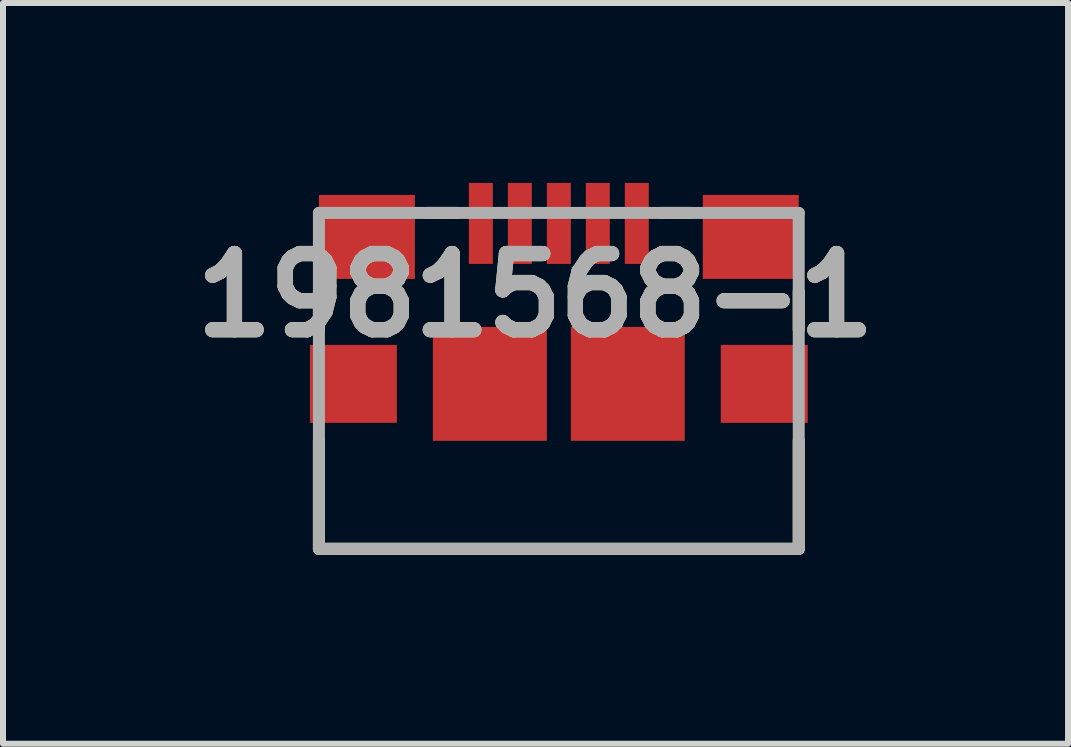
<source format=kicad_pcb>
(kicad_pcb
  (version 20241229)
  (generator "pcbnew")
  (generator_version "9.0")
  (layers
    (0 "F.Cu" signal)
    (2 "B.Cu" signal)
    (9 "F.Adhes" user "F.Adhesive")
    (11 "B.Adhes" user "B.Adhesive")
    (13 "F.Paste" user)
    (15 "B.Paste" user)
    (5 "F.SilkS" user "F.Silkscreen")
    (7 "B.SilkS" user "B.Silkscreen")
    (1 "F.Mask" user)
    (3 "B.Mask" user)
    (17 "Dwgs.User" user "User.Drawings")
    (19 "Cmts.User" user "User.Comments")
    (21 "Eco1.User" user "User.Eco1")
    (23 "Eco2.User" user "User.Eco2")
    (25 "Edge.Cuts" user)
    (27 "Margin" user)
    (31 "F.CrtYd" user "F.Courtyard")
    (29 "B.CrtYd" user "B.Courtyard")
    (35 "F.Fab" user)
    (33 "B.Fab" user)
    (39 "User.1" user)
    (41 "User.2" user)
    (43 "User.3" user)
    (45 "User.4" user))
  (footprint "1981568-1"
    (layer "F.Cu")
    (at 6.267 6.1)
    (property "Reference" "1981568-1" (at -0.389 -4.227 0) (layer "F.SilkS") (effects (font (size 1.27 1.27) (thickness 0.254))))
    (attr smd)
    (fp_line (start -4 -4.29) (end -4 -3.65) (stroke (width 0.2) (type solid)) (layer "F.SilkS"))
    (fp_line (start -4 0) (end -4 -1.8) (stroke (width 0.2) (type solid)) (layer "F.SilkS"))
    (fp_line (start -4 0) (end 4 0) (stroke (width 0.2) (type solid)) (layer "F.SilkS"))
    (fp_line (start -2.2 -5.6) (end -1.7 -5.6) (stroke (width 0.2) (type solid)) (layer "F.SilkS"))
    (fp_line (start 1.7 -5.6) (end 2.2 -5.6) (stroke (width 0.2) (type solid)) (layer "F.SilkS"))
    (fp_line (start 4 -4.29) (end 4 -3.65) (stroke (width 0.2) (type solid)) (layer "F.SilkS"))
    (fp_line (start 4 0) (end 4 -1.8) (stroke (width 0.2) (type solid)) (layer "F.SilkS"))
    (fp_line (start -4 -5.6) (end 4 -5.6) (stroke (width 0.2) (type solid)) (layer "F.Fab"))
    (fp_line (start -4 0) (end -4 -5.6) (stroke (width 0.2) (type solid)) (layer "F.Fab"))
    (fp_line (start 4 -5.6) (end 4 0) (stroke (width 0.2) (type solid)) (layer "F.Fab"))
    (fp_line (start 4 0) (end -4 0) (stroke (width 0.2) (type solid)) (layer "F.Fab"))
    (fp_text user "${REFERENCE}" (at -0.389 -4.227 0) (layer "F.Fab") (effects (font (size 1.27 1.27) (thickness 0.254))))
    (pad "1" smd rect (at -1.3 -5.425) (size 0.4 1.35) (layers "F.Cu" "F.Mask" "F.Paste"))
    (pad "2" smd rect (at -0.65 -5.425) (size 0.4 1.35) (layers "F.Cu" "F.Mask" "F.Paste"))
    (pad "3" smd rect (at 0 -5.425) (size 0.4 1.35) (layers "F.Cu" "F.Mask" "F.Paste"))
    (pad "4" smd rect (at 0.65 -5.425) (size 0.4 1.35) (layers "F.Cu" "F.Mask" "F.Paste"))
    (pad "5" smd rect (at 1.3 -5.425) (size 0.4 1.35) (layers "F.Cu" "F.Mask" "F.Paste"))
    (pad "6" smd rect (at -3.2 -5.2 90) (size 1.4 1.6) (layers "F.Cu" "F.Mask" "F.Paste"))
    (pad "7" smd rect (at 3.2 -5.2 90) (size 1.4 1.6) (layers "F.Cu" "F.Mask" "F.Paste"))
    (pad "8" smd rect (at -3.425 -2.75 90) (size 1.3 1.45) (layers "F.Cu" "F.Mask" "F.Paste"))
    (pad "9" smd rect (at 3.425 -2.75 90) (size 1.3 1.45) (layers "F.Cu" "F.Mask" "F.Paste"))
    (pad "10" smd rect (at -1.15 -2.75 90) (size 1.9 1.9) (layers "F.Cu" "F.Mask" "F.Paste"))
    (pad "11" smd rect (at 1.15 -2.75 90) (size 1.9 1.9) (layers "F.Cu" "F.Mask" "F.Paste")))
  (gr_rect
    (start -3 -3)
    (end 14.757 9.35)
    (stroke (width 0.1) (type default))
    (fill no)
    (layer "Edge.Cuts")))
</source>
